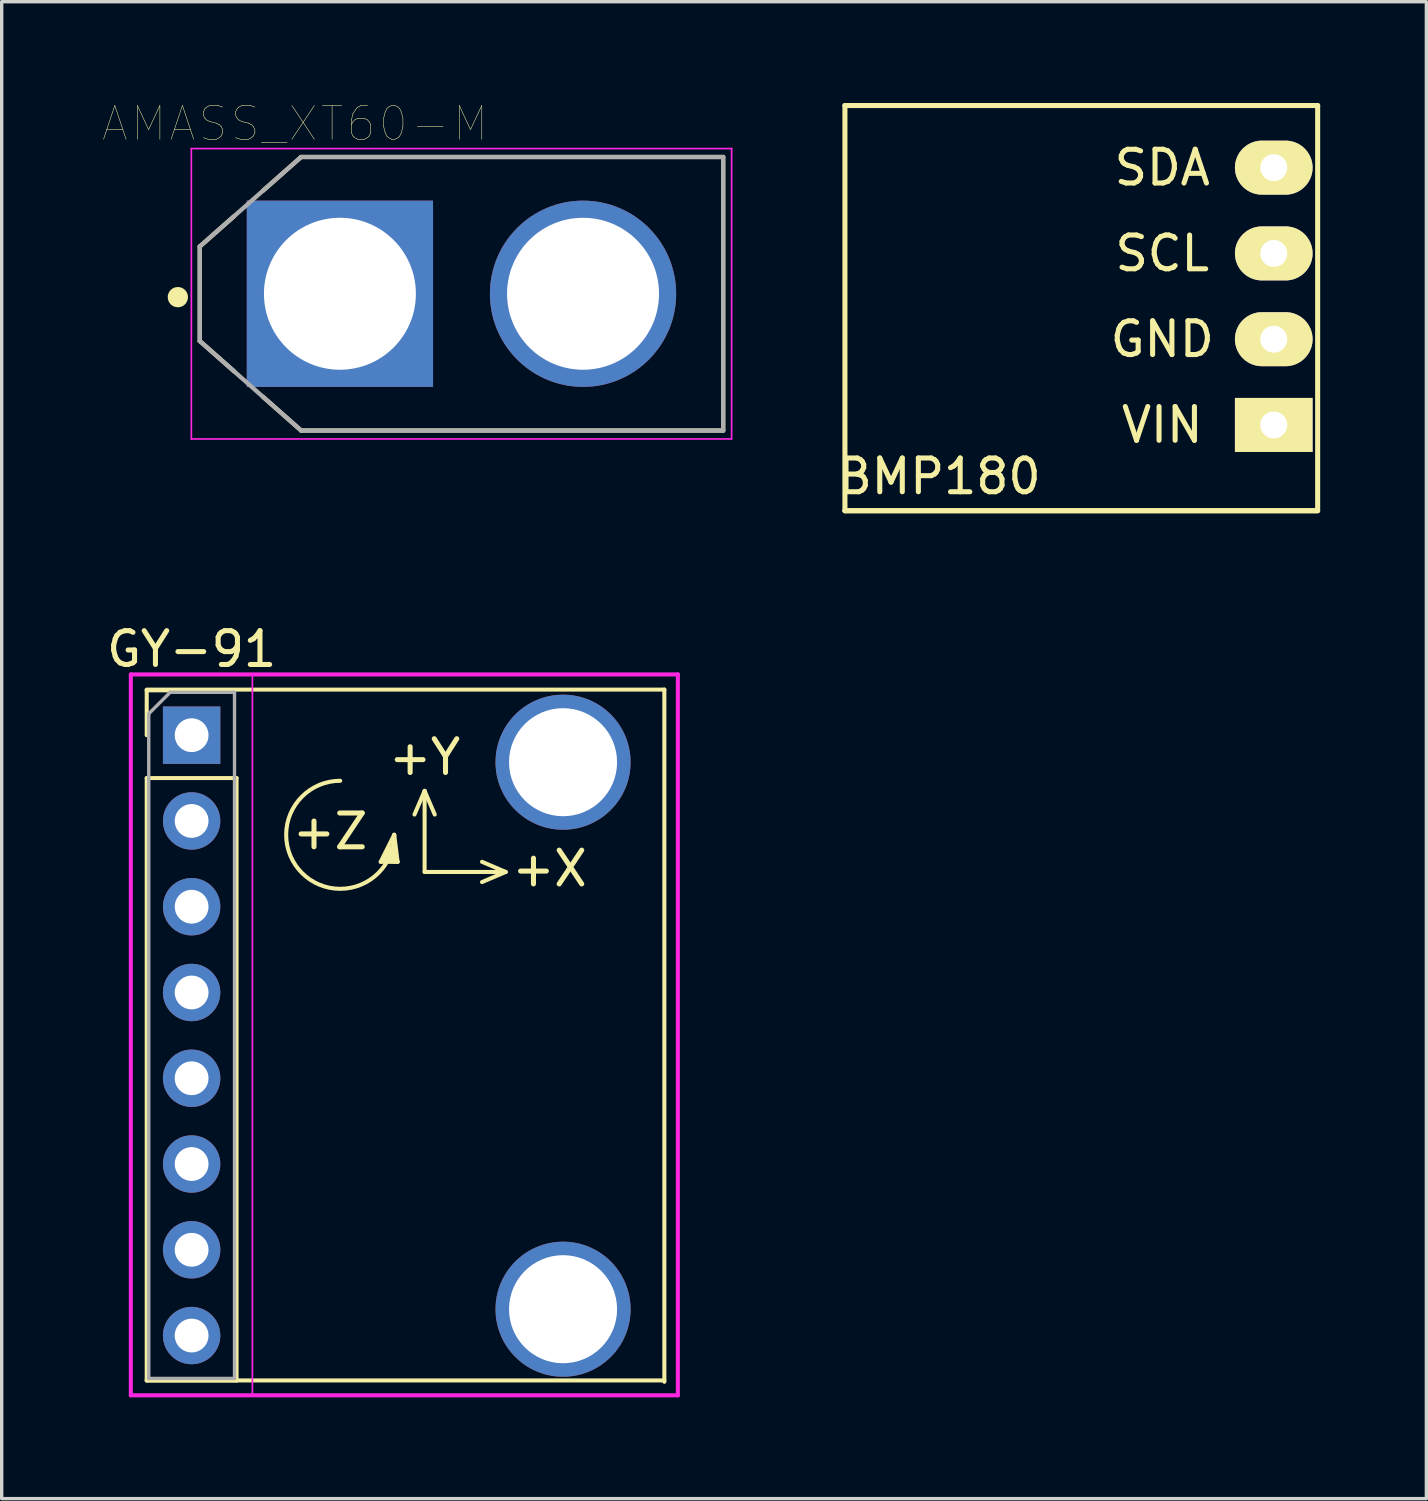
<source format=kicad_pcb>
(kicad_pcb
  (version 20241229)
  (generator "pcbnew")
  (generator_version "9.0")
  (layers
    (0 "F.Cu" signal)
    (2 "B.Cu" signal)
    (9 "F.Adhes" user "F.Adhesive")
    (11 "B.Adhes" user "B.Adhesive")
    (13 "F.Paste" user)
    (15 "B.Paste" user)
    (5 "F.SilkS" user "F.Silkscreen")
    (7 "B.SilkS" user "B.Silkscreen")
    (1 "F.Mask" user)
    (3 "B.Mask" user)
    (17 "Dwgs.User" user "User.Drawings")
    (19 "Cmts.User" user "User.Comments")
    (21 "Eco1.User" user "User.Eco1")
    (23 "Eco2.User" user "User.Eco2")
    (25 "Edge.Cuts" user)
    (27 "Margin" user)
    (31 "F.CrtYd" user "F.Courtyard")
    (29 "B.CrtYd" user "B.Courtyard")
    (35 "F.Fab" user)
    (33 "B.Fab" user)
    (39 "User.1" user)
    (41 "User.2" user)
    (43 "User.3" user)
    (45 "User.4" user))
  (footprint "BMP180"
    (layer "F.Cu")
    (at 35.943 12.075)
    (property "Reference" "BMP180" (at -11.176 -1.016 0) (layer "F.SilkS") (effects (font (size 1 1) (thickness 0.15))))
    (attr through_hole)
    (fp_line (start -13.97 -12) (end -13.97 0) (stroke (width 0.15) (type solid)) (layer "F.SilkS"))
    (fp_line (start -13.97 0) (end 0 0) (stroke (width 0.15) (type solid)) (layer "F.SilkS"))
    (fp_line (start -13.97 0) (end 0.03 0) (stroke (width 0.15) (type solid)) (layer "F.SilkS"))
    (fp_line (start 0.03 -12) (end -13.97 -12) (stroke (width 0.15) (type solid)) (layer "F.SilkS"))
    (fp_line (start 0.03 0) (end 0.03 -12) (stroke (width 0.15) (type solid)) (layer "F.SilkS"))
    (fp_text user "SCL" (at -4.572 -7.62 0) (layer "F.SilkS") (effects (font (size 1 1) (thickness 0.15))))
    (fp_text user "VIN" (at -4.572 -2.54 0) (layer "F.SilkS") (effects (font (size 1 1) (thickness 0.15))))
    (fp_text user "SDA" (at -4.572 -10.16 0) (layer "F.SilkS") (effects (font (size 1 1) (thickness 0.15))))
    (fp_text user "GND" (at -4.572 -5.08 0) (layer "F.SilkS") (effects (font (size 1 1) (thickness 0.15))))
    (pad "1" thru_hole rect (at -1.27 -2.54) (size 2.3 1.6) (drill 0.8) (layers "*.Cu" "*.Mask" "F.SilkS"))
    (pad "2" thru_hole oval (at -1.27 -5.08) (size 2.3 1.6) (drill 0.8) (layers "*.Cu" "*.Mask" "F.SilkS"))
    (pad "3" thru_hole oval (at -1.27 -7.62) (size 2.3 1.6) (drill 0.8) (layers "*.Cu" "*.Mask" "F.SilkS"))
    (pad "4" thru_hole oval (at -1.27 -10.16) (size 2.3 1.6) (drill 0.8) (layers "*.Cu" "*.Mask" "F.SilkS")))
  (footprint "GY-91"
    (layer "F.Cu")
    (at 2.625 27.723)
    (property "Reference" "GY-91" (at 0 -11.55 0) (layer "F.SilkS") (effects (font (size 1 1) (thickness 0.15))))
    (attr through_hole)
    (fp_line (start -1.33 -10.33) (end 0 -10.33) (stroke (width 0.12) (type solid)) (layer "F.SilkS"))
    (fp_line (start -1.33 -9) (end -1.33 -10.33) (stroke (width 0.12) (type solid)) (layer "F.SilkS"))
    (fp_line (start -1.33 -7.73) (end -1.33 10.11) (stroke (width 0.12) (type solid)) (layer "F.SilkS"))
    (fp_line (start -1.33 -7.73) (end 1.33 -7.73) (stroke (width 0.12) (type solid)) (layer "F.SilkS"))
    (fp_line (start -1.33 10.11) (end 1.33 10.11) (stroke (width 0.12) (type solid)) (layer "F.SilkS"))
    (fp_line (start -1.33 10.11) (end 14 10.11) (stroke (width 0.12) (type solid)) (layer "F.SilkS"))
    (fp_line (start 1.33 -7.73) (end 1.33 10.11) (stroke (width 0.12) (type solid)) (layer "F.SilkS"))
    (fp_line (start 5.6 -5.25) (end 6 -5.25) (stroke (width 0.12) (type solid)) (layer "F.SilkS"))
    (fp_line (start 5.7 -5.35) (end 5.9 -5.65) (stroke (width 0.12) (type solid)) (layer "F.SilkS"))
    (fp_line (start 5.9 -5.55) (end 6 -5.55) (stroke (width 0.12) (type solid)) (layer "F.SilkS"))
    (fp_line (start 5.9 -5.35) (end 5.7 -5.35) (stroke (width 0.12) (type solid)) (layer "F.SilkS"))
    (fp_line (start 6 -6.05) (end 5.6 -5.25) (stroke (width 0.12) (type solid)) (layer "F.SilkS"))
    (fp_line (start 6 -6.05) (end 6.1 -5.25) (stroke (width 0.12) (type solid)) (layer "F.SilkS"))
    (fp_line (start 6 -5.55) (end 6 -5.35) (stroke (width 0.12) (type solid)) (layer "F.SilkS"))
    (fp_line (start 6 -5.35) (end 5.9 -5.35) (stroke (width 0.12) (type solid)) (layer "F.SilkS"))
    (fp_line (start 6 -5.25) (end 6.1 -5.25) (stroke (width 0.12) (type solid)) (layer "F.SilkS"))
    (fp_line (start 6.1 -5.25) (end 5.9 -5.55) (stroke (width 0.12) (type solid)) (layer "F.SilkS"))
    (fp_line (start 6.9 -7.35) (end 6.6 -6.65) (stroke (width 0.12) (type solid)) (layer "F.SilkS"))
    (fp_line (start 6.9 -7.35) (end 7.2 -6.65) (stroke (width 0.12) (type solid)) (layer "F.SilkS"))
    (fp_line (start 6.9 -4.95) (end 6.9 -7.35) (stroke (width 0.12) (type solid)) (layer "F.SilkS"))
    (fp_line (start 6.9 -4.95) (end 9.3 -4.95) (stroke (width 0.12) (type solid)) (layer "F.SilkS"))
    (fp_line (start 9.3 -4.95) (end 8.6 -5.25) (stroke (width 0.12) (type solid)) (layer "F.SilkS"))
    (fp_line (start 9.3 -4.95) (end 8.6 -4.65) (stroke (width 0.12) (type solid)) (layer "F.SilkS"))
    (fp_line (start 14 -10.35) (end -1.33 -10.35) (stroke (width 0.12) (type solid)) (layer "F.SilkS"))
    (fp_line (start 14 10.15) (end 14 -10.35) (stroke (width 0.12) (type solid)) (layer "F.SilkS"))
    (fp_arc (start 6 -6.05) (mid 3.268629 -4.918629) (end 4.4 -7.65) (stroke (width 0.12) (type solid)) (layer "F.SilkS"))
    (fp_line (start -1.8 -10.8) (end -1.8 10.55) (stroke (width 0.05) (type solid)) (layer "F.CrtYd"))
    (fp_line (start -1.8 10.55) (end -1.8 -10.8) (stroke (width 0.12) (type solid)) (layer "F.CrtYd"))
    (fp_line (start -1.8 10.55) (end 1.8 10.55) (stroke (width 0.05) (type solid)) (layer "F.CrtYd"))
    (fp_line (start -1.8 10.55) (end 14.4 10.55) (stroke (width 0.12) (type solid)) (layer "F.CrtYd"))
    (fp_line (start 1.8 -10.8) (end -1.8 -10.8) (stroke (width 0.05) (type solid)) (layer "F.CrtYd"))
    (fp_line (start 1.8 10.55) (end 1.8 -10.8) (stroke (width 0.05) (type solid)) (layer "F.CrtYd"))
    (fp_line (start 14.4 -10.8) (end -1.8 -10.8) (stroke (width 0.12) (type solid)) (layer "F.CrtYd"))
    (fp_line (start 14.4 -10.8) (end 14.4 10.55) (stroke (width 0.12) (type solid)) (layer "F.CrtYd"))
    (fp_line (start -1.27 -9.635) (end -0.635 -10.27) (stroke (width 0.1) (type solid)) (layer "F.Fab"))
    (fp_line (start -1.27 10.05) (end -1.27 -9.635) (stroke (width 0.1) (type solid)) (layer "F.Fab"))
    (fp_line (start -0.635 -10.27) (end 1.27 -10.27) (stroke (width 0.1) (type solid)) (layer "F.Fab"))
    (fp_line (start 1.27 -10.27) (end 1.27 10.05) (stroke (width 0.1) (type solid)) (layer "F.Fab"))
    (fp_line (start 1.27 10.05) (end -1.27 10.05) (stroke (width 0.1) (type solid)) (layer "F.Fab"))
    (fp_text user "+Y" (at 6.9 -8.35 0) (layer "F.SilkS") (effects (font (size 1 1) (thickness 0.15))))
    (fp_text user "+Z" (at 4.1 -6.15 0) (layer "F.SilkS") (effects (font (size 1 1) (thickness 0.15))))
    (fp_text user "+X" (at 10.6 -5.05 0) (layer "F.SilkS") (effects (font (size 1 1) (thickness 0.15))))
    (pad "0" thru_hole circle (at 11 -8.2) (size 4 4) (drill 3.2) (layers "*.Cu" "*.Mask"))
    (pad "0" thru_hole circle (at 11 8) (size 4 4) (drill 3.2) (layers "*.Cu" "*.Mask"))
    (pad "1" thru_hole rect (at 0 -9) (size 1.7 1.7) (drill 1) (layers "*.Cu" "*.Mask"))
    (pad "2" thru_hole oval (at 0 -6.46) (size 1.7 1.7) (drill 1) (layers "*.Cu" "*.Mask"))
    (pad "3" thru_hole oval (at 0 -3.92) (size 1.7 1.7) (drill 1) (layers "*.Cu" "*.Mask"))
    (pad "4" thru_hole oval (at 0 -1.38) (size 1.7 1.7) (drill 1) (layers "*.Cu" "*.Mask"))
    (pad "5" thru_hole oval (at 0 1.16) (size 1.7 1.7) (drill 1) (layers "*.Cu" "*.Mask"))
    (pad "6" thru_hole oval (at 0 3.7) (size 1.7 1.7) (drill 1) (layers "*.Cu" "*.Mask"))
    (pad "7" thru_hole oval (at 0 6.24) (size 1.7 1.7) (drill 1) (layers "*.Cu" "*.Mask"))
    (pad "8" thru_hole oval (at 0 8.78) (size 1.7 1.7) (drill 1) (layers "*.Cu" "*.Mask")))
  (footprint "AMASS_XT60-M"
    (layer "F.Cu")
    (at 10.617 5.65)
    (property "Reference" "AMASS_XT60-M" (at -4.928 -5.038 0) (layer "F.SilkS") (effects (font (size 1.001 1.001) (thickness 0.015))))
    (attr through_hole)
    (fp_line (start -7.75 -1.4) (end -6.73 -2.3) (stroke (width 0.127) (type solid)) (layer "F.SilkS"))
    (fp_line (start -7.75 1.4) (end -7.75 -1.4) (stroke (width 0.127) (type solid)) (layer "F.SilkS"))
    (fp_line (start -7.75 1.4) (end -6.73 2.3) (stroke (width 0.127) (type solid)) (layer "F.SilkS"))
    (fp_line (start -4.75 -4.05) (end -5.88 -3.05) (stroke (width 0.127) (type solid)) (layer "F.SilkS"))
    (fp_line (start -4.75 -4.05) (end 7.75 -4.05) (stroke (width 0.127) (type solid)) (layer "F.SilkS"))
    (fp_line (start -4.75 4.05) (end -5.88 3.05) (stroke (width 0.127) (type solid)) (layer "F.SilkS"))
    (fp_line (start 7.75 -4.05) (end 7.75 4.05) (stroke (width 0.127) (type solid)) (layer "F.SilkS"))
    (fp_line (start 7.75 4.05) (end -4.75 4.05) (stroke (width 0.127) (type solid)) (layer "F.SilkS"))
    (fp_circle (center -8.4 0.1) (end -8.25 0.1) (stroke (width 0.3) (type solid)) (fill no) (layer "F.SilkS"))
    (fp_line (start -8 -4.3) (end 8 -4.3) (stroke (width 0.05) (type solid)) (layer "F.CrtYd"))
    (fp_line (start -8 4.3) (end -8 -4.3) (stroke (width 0.05) (type solid)) (layer "F.CrtYd"))
    (fp_line (start 8 -4.3) (end 8 4.3) (stroke (width 0.05) (type solid)) (layer "F.CrtYd"))
    (fp_line (start 8 4.3) (end -8 4.3) (stroke (width 0.05) (type solid)) (layer "F.CrtYd"))
    (fp_line (start -7.75 1.4) (end -7.75 -1.4) (stroke (width 0.127) (type solid)) (layer "F.Fab"))
    (fp_line (start -4.75 -4.05) (end -7.75 -1.4) (stroke (width 0.127) (type solid)) (layer "F.Fab"))
    (fp_line (start -4.75 -4.05) (end 7.75 -4.05) (stroke (width 0.127) (type solid)) (layer "F.Fab"))
    (fp_line (start -4.75 4.05) (end -7.75 1.4) (stroke (width 0.127) (type solid)) (layer "F.Fab"))
    (fp_line (start 7.75 -4.05) (end 7.75 4.05) (stroke (width 0.127) (type solid)) (layer "F.Fab"))
    (fp_line (start 7.75 4.05) (end -4.75 4.05) (stroke (width 0.127) (type solid)) (layer "F.Fab"))
    (pad "1" thru_hole rect (at -3.6 0) (size 5.516 5.516) (drill 4.5) (layers "*.Cu" "*.Mask"))
    (pad "2" thru_hole circle (at 3.6 0) (size 5.516 5.516) (drill 4.5) (layers "*.Cu" "*.Mask")))
  (gr_rect
    (start -3 -3)
    (end 39.193 41.333)
    (stroke (width 0.1) (type default))
    (fill no)
    (layer "Edge.Cuts")))
</source>
